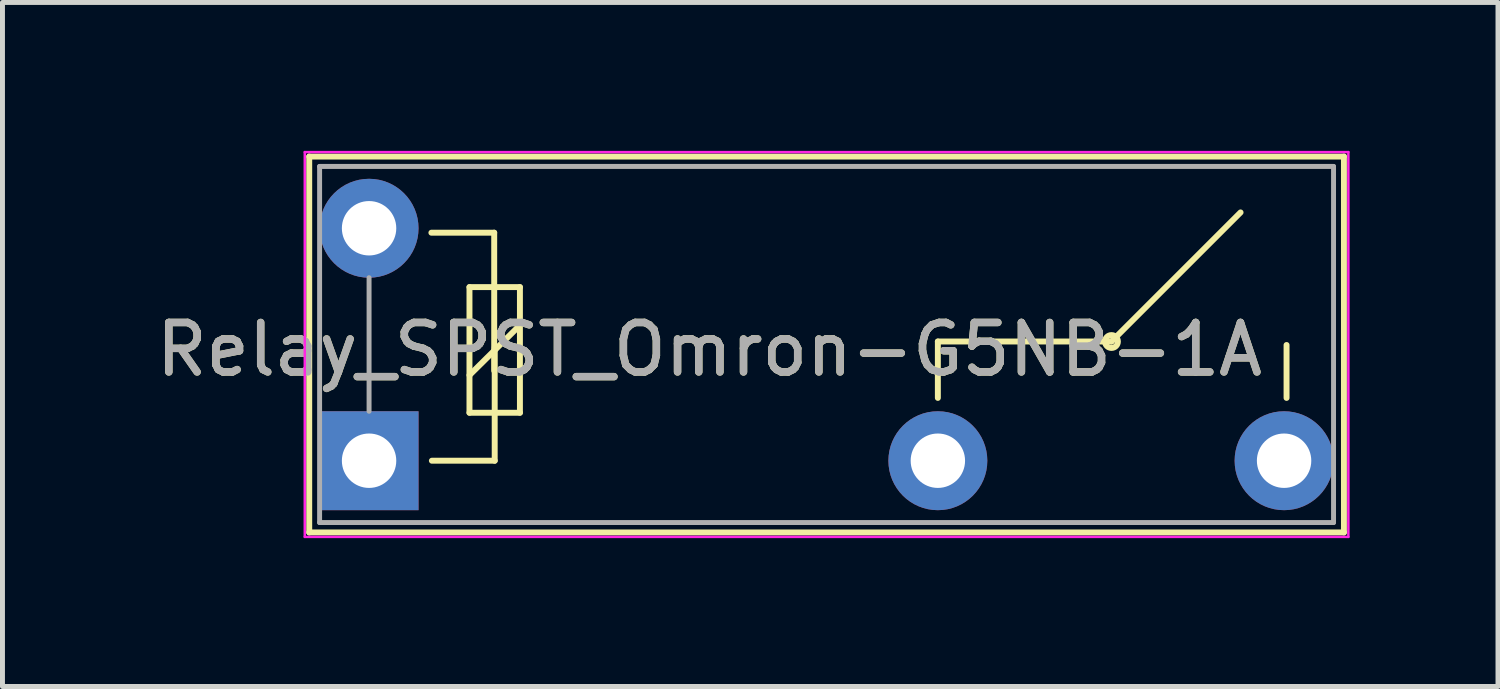
<source format=kicad_pcb>
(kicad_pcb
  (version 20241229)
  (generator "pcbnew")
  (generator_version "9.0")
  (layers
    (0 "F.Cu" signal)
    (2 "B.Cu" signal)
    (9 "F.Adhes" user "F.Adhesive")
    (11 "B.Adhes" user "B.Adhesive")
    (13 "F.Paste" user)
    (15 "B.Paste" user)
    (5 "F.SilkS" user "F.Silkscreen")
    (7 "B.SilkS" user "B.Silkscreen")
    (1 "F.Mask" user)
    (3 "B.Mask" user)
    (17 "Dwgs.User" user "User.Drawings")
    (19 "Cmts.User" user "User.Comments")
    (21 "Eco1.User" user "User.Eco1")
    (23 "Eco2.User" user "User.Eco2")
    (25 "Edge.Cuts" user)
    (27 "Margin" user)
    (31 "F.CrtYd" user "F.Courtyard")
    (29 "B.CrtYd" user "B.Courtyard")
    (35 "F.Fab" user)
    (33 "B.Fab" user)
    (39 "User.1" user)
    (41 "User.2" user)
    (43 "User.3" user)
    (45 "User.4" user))
  (footprint "Relay_SPST_Omron-G5NB-1A"
    (layer "F.Cu")
    (at 4.412 6.265)
    (property "Reference" "Relay_SPST_Omron-G5NB-1A" (at 6.88 -2.25 180) (layer "F.SilkS") (effects (font (size 1 1) (thickness 0.15))))
    (attr through_hole)
    (fp_line (start -1.21 -6.15) (end 19.71 -6.15) (stroke (width 0.12) (type solid)) (layer "F.SilkS"))
    (fp_line (start -1.21 1.45) (end -1.21 -6.15) (stroke (width 0.12) (type solid)) (layer "F.SilkS"))
    (fp_line (start -1.21 1.45) (end 19.71 1.45) (stroke (width 0.12) (type solid)) (layer "F.SilkS"))
    (fp_line (start 1.27 0) (end 2.54 0) (stroke (width 0.12) (type solid)) (layer "F.SilkS"))
    (fp_line (start 2.03 -3.51) (end 2.54 -3.51) (stroke (width 0.12) (type solid)) (layer "F.SilkS"))
    (fp_line (start 2.03 -1.73) (end 3.05 -2.74) (stroke (width 0.12) (type solid)) (layer "F.SilkS"))
    (fp_line (start 2.03 -0.97) (end 2.03 -3.51) (stroke (width 0.12) (type solid)) (layer "F.SilkS"))
    (fp_line (start 2.53 -4.61) (end 1.26 -4.61) (stroke (width 0.12) (type solid)) (layer "F.SilkS"))
    (fp_line (start 2.53 -1.82) (end 2.53 -4.61) (stroke (width 0.12) (type solid)) (layer "F.SilkS"))
    (fp_line (start 2.54 -3.51) (end 3.05 -3.51) (stroke (width 0.12) (type solid)) (layer "F.SilkS"))
    (fp_line (start 2.54 -0.97) (end 2.03 -0.97) (stroke (width 0.12) (type solid)) (layer "F.SilkS"))
    (fp_line (start 2.54 0) (end 2.54 -2.29) (stroke (width 0.12) (type solid)) (layer "F.SilkS"))
    (fp_line (start 3.05 -3.51) (end 3.05 -0.97) (stroke (width 0.12) (type solid)) (layer "F.SilkS"))
    (fp_line (start 3.05 -0.97) (end 2.54 -0.97) (stroke (width 0.12) (type solid)) (layer "F.SilkS"))
    (fp_line (start 11.5 -2.41) (end 15.01 -2.41) (stroke (width 0.12) (type solid)) (layer "F.SilkS"))
    (fp_line (start 11.5 -1.27) (end 11.5 -2.41) (stroke (width 0.12) (type solid)) (layer "F.SilkS"))
    (fp_line (start 15.01 -2.41) (end 17.62 -5.02) (stroke (width 0.12) (type solid)) (layer "F.SilkS"))
    (fp_line (start 18.55 -1.27) (end 18.55 -2.34) (stroke (width 0.12) (type solid)) (layer "F.SilkS"))
    (fp_line (start 19.71 1.45) (end 19.71 -6.15) (stroke (width 0.12) (type solid)) (layer "F.SilkS"))
    (fp_circle (center 15.01 -2.41) (end 15.01 -2.28) (stroke (width 0.12) (type solid)) (fill no) (layer "F.SilkS"))
    (fp_line (start -1.3 -6.24) (end 19.8 -6.24) (stroke (width 0.05) (type solid)) (layer "F.CrtYd"))
    (fp_line (start -1.3 1.54) (end -1.3 -6.24) (stroke (width 0.05) (type solid)) (layer "F.CrtYd"))
    (fp_line (start 19.8 -6.24) (end 19.8 1.54) (stroke (width 0.05) (type solid)) (layer "F.CrtYd"))
    (fp_line (start 19.8 1.54) (end -1.3 1.54) (stroke (width 0.05) (type solid)) (layer "F.CrtYd"))
    (fp_line (start -1 -5.95) (end 19.5 -5.95) (stroke (width 0.1) (type solid)) (layer "F.Fab"))
    (fp_line (start -1 1.25) (end -1 -5.95) (stroke (width 0.1) (type solid)) (layer "F.Fab"))
    (fp_line (start 0 -1) (end 0 -3.7) (stroke (width 0.1) (type solid)) (layer "F.Fab"))
    (fp_line (start 19.5 -5.95) (end 19.5 1.25) (stroke (width 0.1) (type solid)) (layer "F.Fab"))
    (fp_line (start 19.5 1.25) (end -1 1.25) (stroke (width 0.1) (type solid)) (layer "F.Fab"))
    (fp_text user "${REFERENCE}" (at 6.88 -2.25 0) (layer "F.Fab") (effects (font (size 1 1) (thickness 0.15))))
    (pad "1" thru_hole rect (at 0 0 180) (size 2 2) (drill 1.1) (layers "*.Cu" "*.Mask"))
    (pad "2" thru_hole circle (at 11.5 0 180) (size 2 2) (drill 1.1) (layers "*.Cu" "*.Mask"))
    (pad "3" thru_hole circle (at 18.5 0 180) (size 2 2) (drill 1.1) (layers "*.Cu" "*.Mask"))
    (pad "4" thru_hole circle (at 0 -4.7 180) (size 2 2) (drill 1.1) (layers "*.Cu" "*.Mask")))
  (gr_rect
    (start -3 -3)
    (end 27.237 10.83)
    (stroke (width 0.1) (type default))
    (fill no)
    (layer "Edge.Cuts")))
</source>
